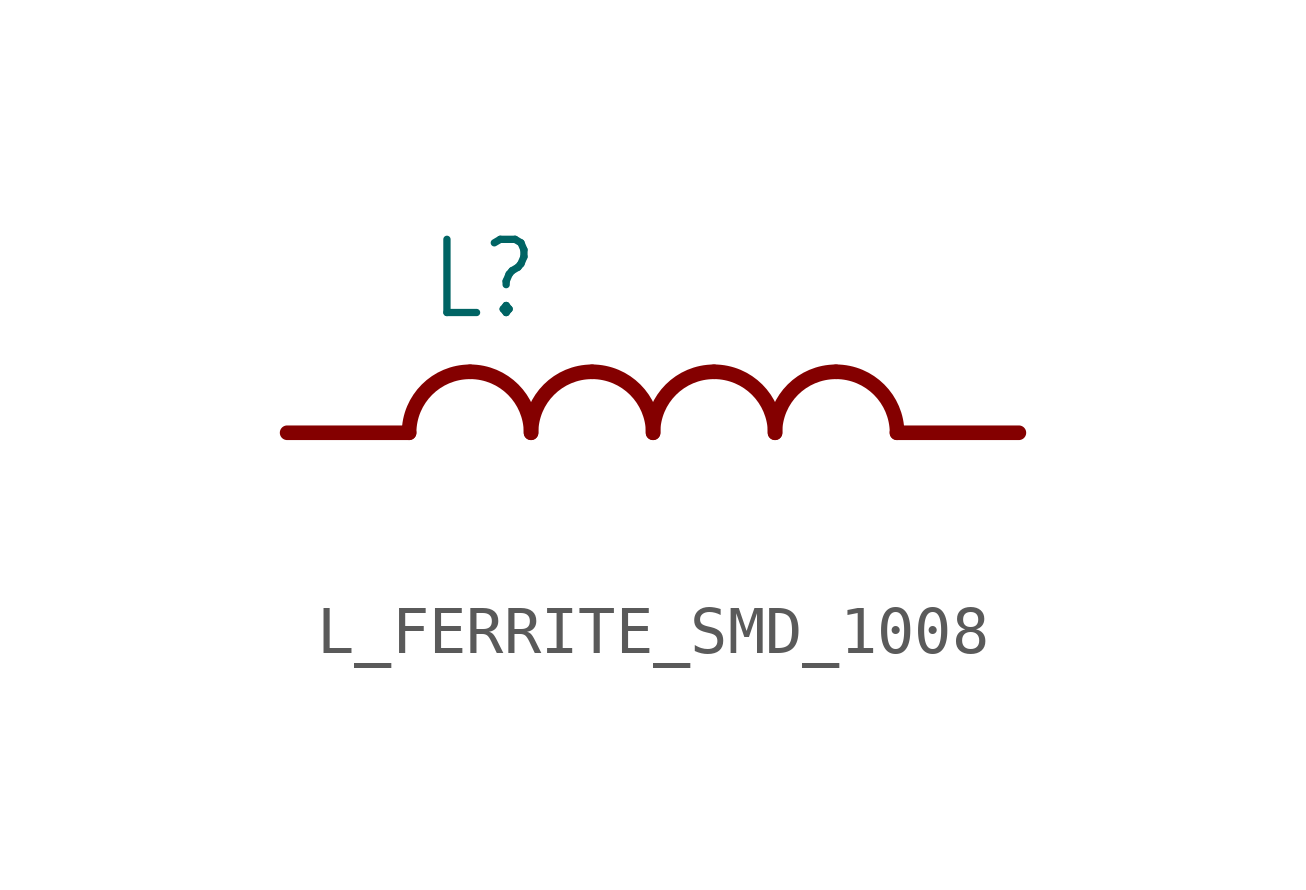
<source format=kicad_sym>
(kicad_symbol_lib
  (version 20231120)
  (generator "kicad_symbol_editor")
  (generator_version "8.0")
  (symbol "L_FERRITE_SMD_1008"
    (property "Reference" "L"
      (at -4.7 2.31 0)
      (effects (font (size 1.524 1.295)) (justify left bottom)))
    (property "Value" ""
      (at -5.08 -2.54 0)
      (effects (font (size 1.524 1.295)) (justify left bottom)))
    (property "ki_locked" ""
      (at 0 0 0)
      (effects (font (size 1.27 1.27))))
    (symbol "L_FERRITE_SMD_1008_1_0"
      (arc (start -3.81 1.27) (mid -4.708 0.898) (end -5.08 0) (stroke (width 0.3048) (type solid)) (fill (type none)))
      (arc (start -2.54 0) (mid -2.912 0.898) (end -3.81 1.27) (stroke (width 0.3048) (type solid)) (fill (type none)))
      (arc (start -1.27 1.27) (mid -2.168 0.898) (end -2.54 0) (stroke (width 0.3048) (type solid)) (fill (type none)))
      (arc (start 0 0) (mid -0.372 0.898) (end -1.27 1.27) (stroke (width 0.3048) (type solid)) (fill (type none)))
      (polyline (pts (xy -5.08 0) (xy -7.62 0)) (stroke (width 0.305) (type solid)) (fill (type none)))
      (polyline (pts (xy 5.08 0) (xy 7.62 0)) (stroke (width 0.305) (type solid)) (fill (type none)))
      (arc (start 1.27 1.27) (mid 0.372 0.898) (end 0 0) (stroke (width 0.3048) (type solid)) (fill (type none)))
      (arc (start 2.54 0) (mid 2.168 0.898) (end 1.27 1.27) (stroke (width 0.3048) (type solid)) (fill (type none)))
      (arc (start 3.81 1.27) (mid 2.912 0.898) (end 2.54 0) (stroke (width 0.3048) (type solid)) (fill (type none)))
      (arc (start 5.08 0) (mid 4.708 0.898) (end 3.81 1.27) (stroke (width 0.3048) (type solid)) (fill (type none)))
      (pin passive line (at -7.62 0 0) (length 2.54) (name "1" (effects (font (size 0 0)))) (number "P$1" (effects (font (size 0 0)))))
      (pin passive line (at 7.62 0 180) (length 2.54) (name "2" (effects (font (size 0 0)))) (number "P$2" (effects (font (size 0 0))))))))
</source>
